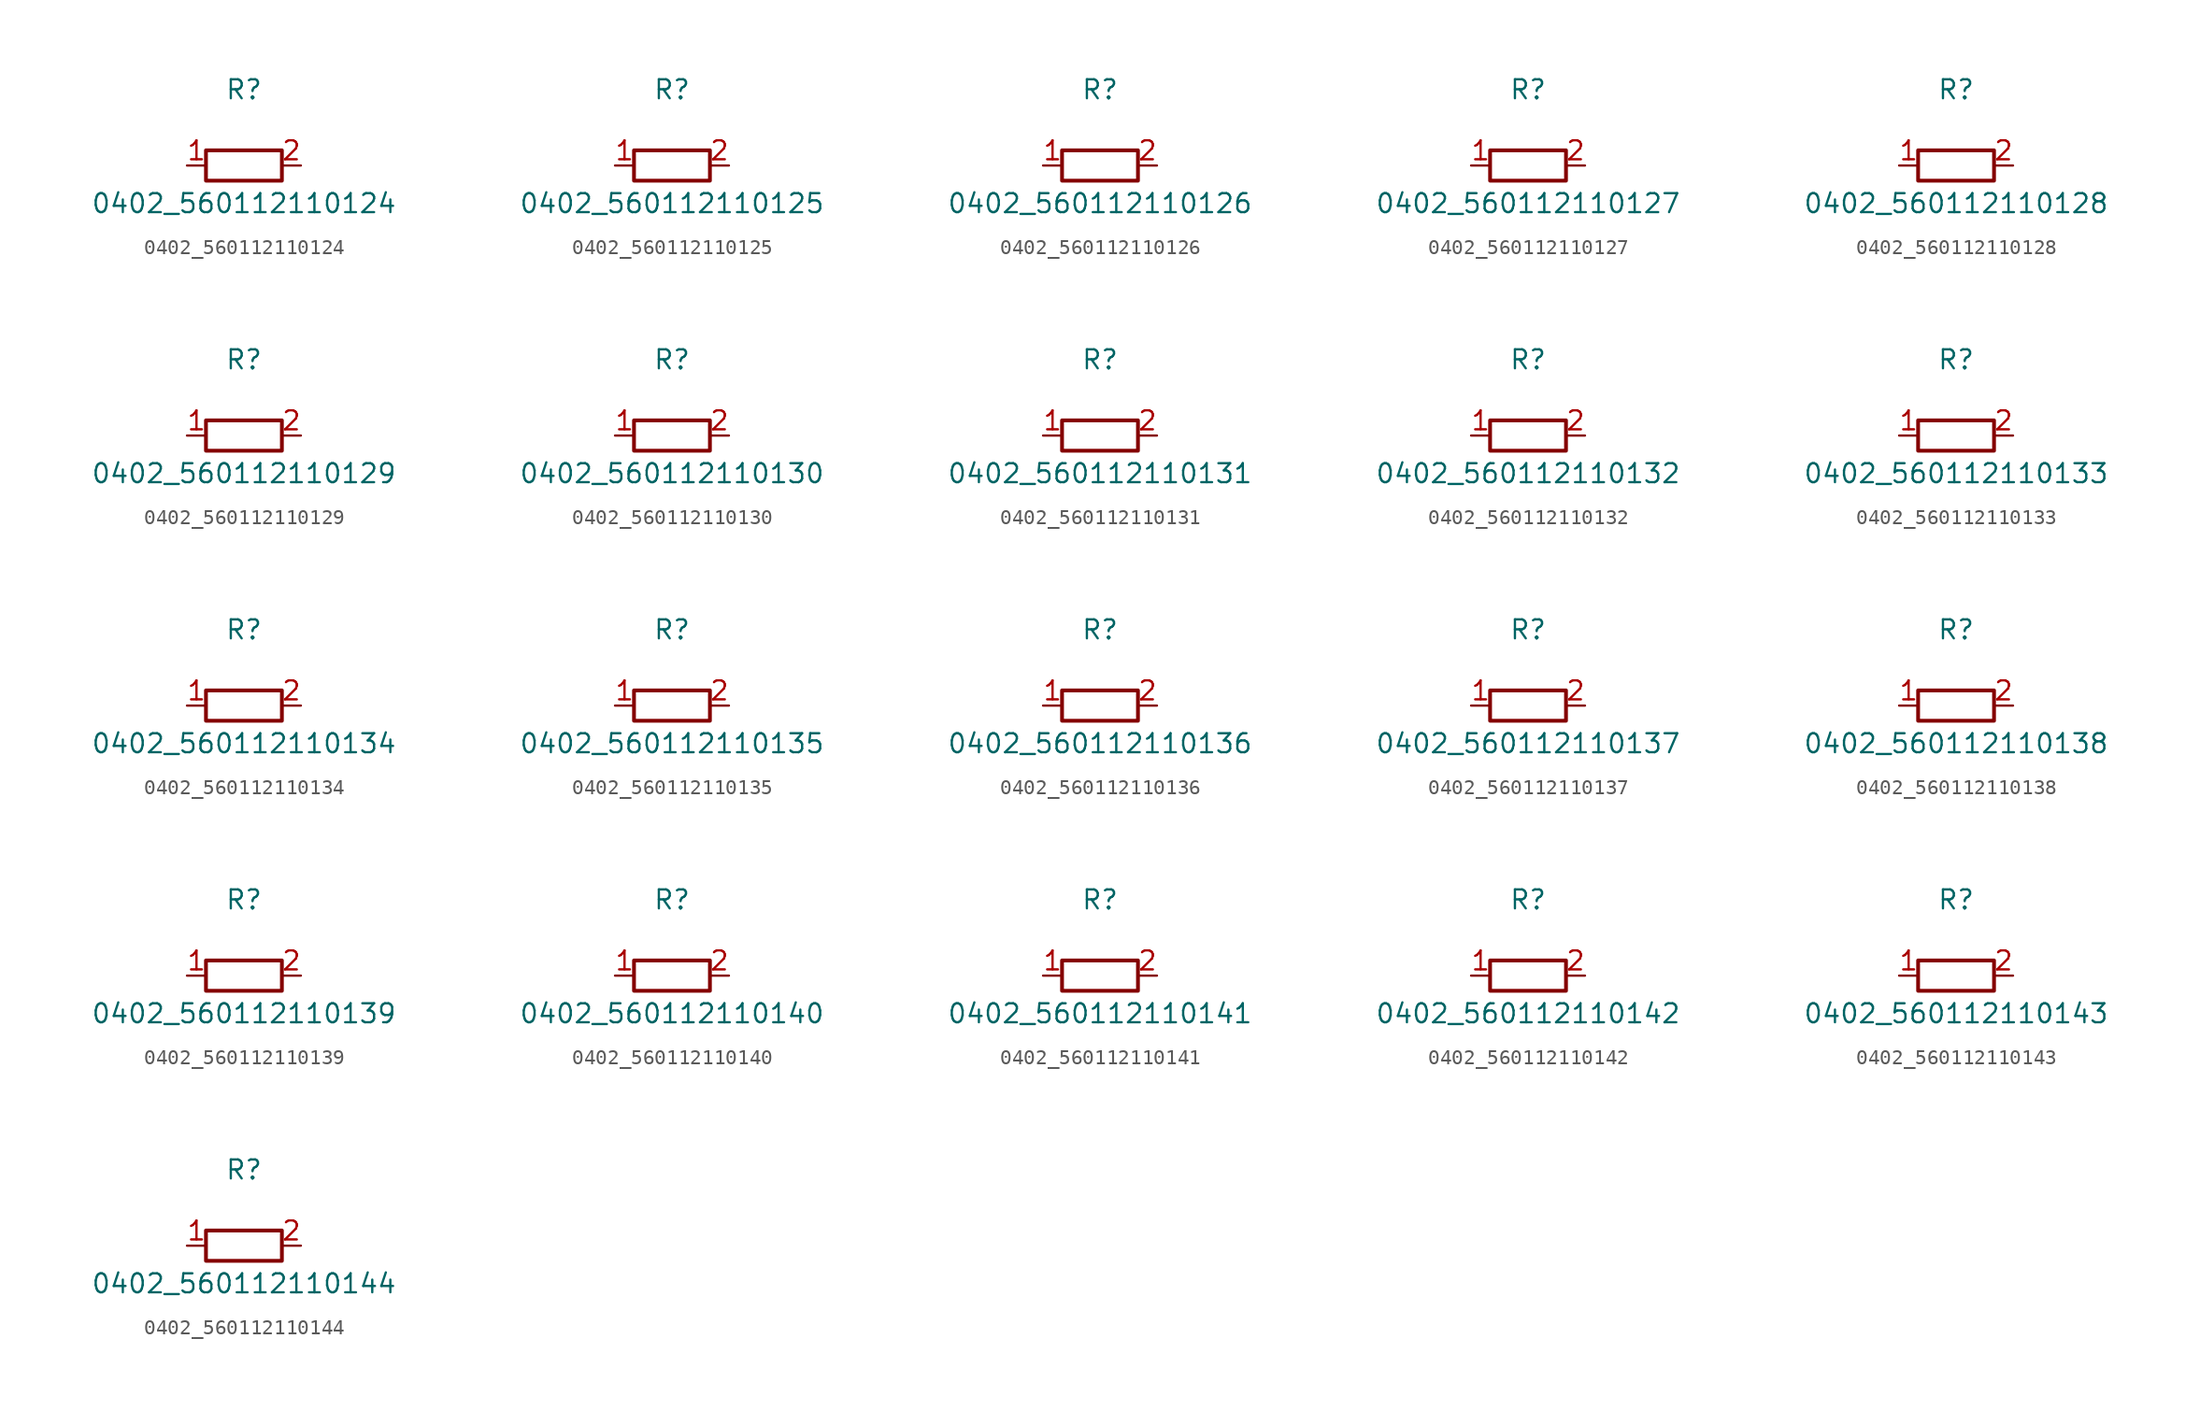
<source format=kicad_sym>
(kicad_symbol_lib
  (version 20220914)
  (generator kicad_symbol_editor)
  (symbol "0402_560112110124"
    (pin_names hide)
    (property "Reference" "R"
      (at 0 5.08 0)
      (effects (font (size 1.27 1.27))))
    (property "Value" "0402_560112110124"
      (at 0 -2.54 0)
      (effects (font (size 1.27 1.27))))
    (symbol "0402_560112110124_0_1"
      (rectangle (start -2.54 -1.016) (end 2.54 1.016) (stroke (width 0.254) (type default)) (fill (type none))))
    (symbol "0402_560112110124_1_1"
      (pin passive line (at -3.81 0 0) (length 1.27) (name "~" (effects (font (size 1.27 1.27)))) (number "1" (effects (font (size 1.27 1.27)))))
      (pin passive line (at 3.81 0 180) (length 1.27) (name "~" (effects (font (size 1.27 1.27)))) (number "2" (effects (font (size 1.27 1.27)))))))
  (symbol "0402_560112110125"
    (pin_names hide)
    (property "Reference" "R"
      (at 0 5.08 0)
      (effects (font (size 1.27 1.27))))
    (property "Value" "0402_560112110125"
      (at 0 -2.54 0)
      (effects (font (size 1.27 1.27))))
    (symbol "0402_560112110125_0_1"
      (rectangle (start -2.54 -1.016) (end 2.54 1.016) (stroke (width 0.254) (type default)) (fill (type none))))
    (symbol "0402_560112110125_1_1"
      (pin passive line (at -3.81 0 0) (length 1.27) (name "~" (effects (font (size 1.27 1.27)))) (number "1" (effects (font (size 1.27 1.27)))))
      (pin passive line (at 3.81 0 180) (length 1.27) (name "~" (effects (font (size 1.27 1.27)))) (number "2" (effects (font (size 1.27 1.27)))))))
  (symbol "0402_560112110126"
    (pin_names hide)
    (property "Reference" "R"
      (at 0 5.08 0)
      (effects (font (size 1.27 1.27))))
    (property "Value" "0402_560112110126"
      (at 0 -2.54 0)
      (effects (font (size 1.27 1.27))))
    (symbol "0402_560112110126_0_1"
      (rectangle (start -2.54 -1.016) (end 2.54 1.016) (stroke (width 0.254) (type default)) (fill (type none))))
    (symbol "0402_560112110126_1_1"
      (pin passive line (at -3.81 0 0) (length 1.27) (name "~" (effects (font (size 1.27 1.27)))) (number "1" (effects (font (size 1.27 1.27)))))
      (pin passive line (at 3.81 0 180) (length 1.27) (name "~" (effects (font (size 1.27 1.27)))) (number "2" (effects (font (size 1.27 1.27)))))))
  (symbol "0402_560112110127"
    (pin_names hide)
    (property "Reference" "R"
      (at 0 5.08 0)
      (effects (font (size 1.27 1.27))))
    (property "Value" "0402_560112110127"
      (at 0 -2.54 0)
      (effects (font (size 1.27 1.27))))
    (symbol "0402_560112110127_0_1"
      (rectangle (start -2.54 -1.016) (end 2.54 1.016) (stroke (width 0.254) (type default)) (fill (type none))))
    (symbol "0402_560112110127_1_1"
      (pin passive line (at -3.81 0 0) (length 1.27) (name "~" (effects (font (size 1.27 1.27)))) (number "1" (effects (font (size 1.27 1.27)))))
      (pin passive line (at 3.81 0 180) (length 1.27) (name "~" (effects (font (size 1.27 1.27)))) (number "2" (effects (font (size 1.27 1.27)))))))
  (symbol "0402_560112110128"
    (pin_names hide)
    (property "Reference" "R"
      (at 0 5.08 0)
      (effects (font (size 1.27 1.27))))
    (property "Value" "0402_560112110128"
      (at 0 -2.54 0)
      (effects (font (size 1.27 1.27))))
    (symbol "0402_560112110128_0_1"
      (rectangle (start -2.54 -1.016) (end 2.54 1.016) (stroke (width 0.254) (type default)) (fill (type none))))
    (symbol "0402_560112110128_1_1"
      (pin passive line (at -3.81 0 0) (length 1.27) (name "~" (effects (font (size 1.27 1.27)))) (number "1" (effects (font (size 1.27 1.27)))))
      (pin passive line (at 3.81 0 180) (length 1.27) (name "~" (effects (font (size 1.27 1.27)))) (number "2" (effects (font (size 1.27 1.27)))))))
  (symbol "0402_560112110129"
    (pin_names hide)
    (property "Reference" "R"
      (at 0 5.08 0)
      (effects (font (size 1.27 1.27))))
    (property "Value" "0402_560112110129"
      (at 0 -2.54 0)
      (effects (font (size 1.27 1.27))))
    (symbol "0402_560112110129_0_1"
      (rectangle (start -2.54 -1.016) (end 2.54 1.016) (stroke (width 0.254) (type default)) (fill (type none))))
    (symbol "0402_560112110129_1_1"
      (pin passive line (at -3.81 0 0) (length 1.27) (name "~" (effects (font (size 1.27 1.27)))) (number "1" (effects (font (size 1.27 1.27)))))
      (pin passive line (at 3.81 0 180) (length 1.27) (name "~" (effects (font (size 1.27 1.27)))) (number "2" (effects (font (size 1.27 1.27)))))))
  (symbol "0402_560112110130"
    (pin_names hide)
    (property "Reference" "R"
      (at 0 5.08 0)
      (effects (font (size 1.27 1.27))))
    (property "Value" "0402_560112110130"
      (at 0 -2.54 0)
      (effects (font (size 1.27 1.27))))
    (symbol "0402_560112110130_0_1"
      (rectangle (start -2.54 -1.016) (end 2.54 1.016) (stroke (width 0.254) (type default)) (fill (type none))))
    (symbol "0402_560112110130_1_1"
      (pin passive line (at -3.81 0 0) (length 1.27) (name "~" (effects (font (size 1.27 1.27)))) (number "1" (effects (font (size 1.27 1.27)))))
      (pin passive line (at 3.81 0 180) (length 1.27) (name "~" (effects (font (size 1.27 1.27)))) (number "2" (effects (font (size 1.27 1.27)))))))
  (symbol "0402_560112110131"
    (pin_names hide)
    (property "Reference" "R"
      (at 0 5.08 0)
      (effects (font (size 1.27 1.27))))
    (property "Value" "0402_560112110131"
      (at 0 -2.54 0)
      (effects (font (size 1.27 1.27))))
    (symbol "0402_560112110131_0_1"
      (rectangle (start -2.54 -1.016) (end 2.54 1.016) (stroke (width 0.254) (type default)) (fill (type none))))
    (symbol "0402_560112110131_1_1"
      (pin passive line (at -3.81 0 0) (length 1.27) (name "~" (effects (font (size 1.27 1.27)))) (number "1" (effects (font (size 1.27 1.27)))))
      (pin passive line (at 3.81 0 180) (length 1.27) (name "~" (effects (font (size 1.27 1.27)))) (number "2" (effects (font (size 1.27 1.27)))))))
  (symbol "0402_560112110132"
    (pin_names hide)
    (property "Reference" "R"
      (at 0 5.08 0)
      (effects (font (size 1.27 1.27))))
    (property "Value" "0402_560112110132"
      (at 0 -2.54 0)
      (effects (font (size 1.27 1.27))))
    (symbol "0402_560112110132_0_1"
      (rectangle (start -2.54 -1.016) (end 2.54 1.016) (stroke (width 0.254) (type default)) (fill (type none))))
    (symbol "0402_560112110132_1_1"
      (pin passive line (at -3.81 0 0) (length 1.27) (name "~" (effects (font (size 1.27 1.27)))) (number "1" (effects (font (size 1.27 1.27)))))
      (pin passive line (at 3.81 0 180) (length 1.27) (name "~" (effects (font (size 1.27 1.27)))) (number "2" (effects (font (size 1.27 1.27)))))))
  (symbol "0402_560112110133"
    (pin_names hide)
    (property "Reference" "R"
      (at 0 5.08 0)
      (effects (font (size 1.27 1.27))))
    (property "Value" "0402_560112110133"
      (at 0 -2.54 0)
      (effects (font (size 1.27 1.27))))
    (symbol "0402_560112110133_0_1"
      (rectangle (start -2.54 -1.016) (end 2.54 1.016) (stroke (width 0.254) (type default)) (fill (type none))))
    (symbol "0402_560112110133_1_1"
      (pin passive line (at -3.81 0 0) (length 1.27) (name "~" (effects (font (size 1.27 1.27)))) (number "1" (effects (font (size 1.27 1.27)))))
      (pin passive line (at 3.81 0 180) (length 1.27) (name "~" (effects (font (size 1.27 1.27)))) (number "2" (effects (font (size 1.27 1.27)))))))
  (symbol "0402_560112110134"
    (pin_names hide)
    (property "Reference" "R"
      (at 0 5.08 0)
      (effects (font (size 1.27 1.27))))
    (property "Value" "0402_560112110134"
      (at 0 -2.54 0)
      (effects (font (size 1.27 1.27))))
    (symbol "0402_560112110134_0_1"
      (rectangle (start -2.54 -1.016) (end 2.54 1.016) (stroke (width 0.254) (type default)) (fill (type none))))
    (symbol "0402_560112110134_1_1"
      (pin passive line (at -3.81 0 0) (length 1.27) (name "~" (effects (font (size 1.27 1.27)))) (number "1" (effects (font (size 1.27 1.27)))))
      (pin passive line (at 3.81 0 180) (length 1.27) (name "~" (effects (font (size 1.27 1.27)))) (number "2" (effects (font (size 1.27 1.27)))))))
  (symbol "0402_560112110135"
    (pin_names hide)
    (property "Reference" "R"
      (at 0 5.08 0)
      (effects (font (size 1.27 1.27))))
    (property "Value" "0402_560112110135"
      (at 0 -2.54 0)
      (effects (font (size 1.27 1.27))))
    (symbol "0402_560112110135_0_1"
      (rectangle (start -2.54 -1.016) (end 2.54 1.016) (stroke (width 0.254) (type default)) (fill (type none))))
    (symbol "0402_560112110135_1_1"
      (pin passive line (at -3.81 0 0) (length 1.27) (name "~" (effects (font (size 1.27 1.27)))) (number "1" (effects (font (size 1.27 1.27)))))
      (pin passive line (at 3.81 0 180) (length 1.27) (name "~" (effects (font (size 1.27 1.27)))) (number "2" (effects (font (size 1.27 1.27)))))))
  (symbol "0402_560112110136"
    (pin_names hide)
    (property "Reference" "R"
      (at 0 5.08 0)
      (effects (font (size 1.27 1.27))))
    (property "Value" "0402_560112110136"
      (at 0 -2.54 0)
      (effects (font (size 1.27 1.27))))
    (symbol "0402_560112110136_0_1"
      (rectangle (start -2.54 -1.016) (end 2.54 1.016) (stroke (width 0.254) (type default)) (fill (type none))))
    (symbol "0402_560112110136_1_1"
      (pin passive line (at -3.81 0 0) (length 1.27) (name "~" (effects (font (size 1.27 1.27)))) (number "1" (effects (font (size 1.27 1.27)))))
      (pin passive line (at 3.81 0 180) (length 1.27) (name "~" (effects (font (size 1.27 1.27)))) (number "2" (effects (font (size 1.27 1.27)))))))
  (symbol "0402_560112110137"
    (pin_names hide)
    (property "Reference" "R"
      (at 0 5.08 0)
      (effects (font (size 1.27 1.27))))
    (property "Value" "0402_560112110137"
      (at 0 -2.54 0)
      (effects (font (size 1.27 1.27))))
    (symbol "0402_560112110137_0_1"
      (rectangle (start -2.54 -1.016) (end 2.54 1.016) (stroke (width 0.254) (type default)) (fill (type none))))
    (symbol "0402_560112110137_1_1"
      (pin passive line (at -3.81 0 0) (length 1.27) (name "~" (effects (font (size 1.27 1.27)))) (number "1" (effects (font (size 1.27 1.27)))))
      (pin passive line (at 3.81 0 180) (length 1.27) (name "~" (effects (font (size 1.27 1.27)))) (number "2" (effects (font (size 1.27 1.27)))))))
  (symbol "0402_560112110138"
    (pin_names hide)
    (property "Reference" "R"
      (at 0 5.08 0)
      (effects (font (size 1.27 1.27))))
    (property "Value" "0402_560112110138"
      (at 0 -2.54 0)
      (effects (font (size 1.27 1.27))))
    (symbol "0402_560112110138_0_1"
      (rectangle (start -2.54 -1.016) (end 2.54 1.016) (stroke (width 0.254) (type default)) (fill (type none))))
    (symbol "0402_560112110138_1_1"
      (pin passive line (at -3.81 0 0) (length 1.27) (name "~" (effects (font (size 1.27 1.27)))) (number "1" (effects (font (size 1.27 1.27)))))
      (pin passive line (at 3.81 0 180) (length 1.27) (name "~" (effects (font (size 1.27 1.27)))) (number "2" (effects (font (size 1.27 1.27)))))))
  (symbol "0402_560112110139"
    (pin_names hide)
    (property "Reference" "R"
      (at 0 5.08 0)
      (effects (font (size 1.27 1.27))))
    (property "Value" "0402_560112110139"
      (at 0 -2.54 0)
      (effects (font (size 1.27 1.27))))
    (symbol "0402_560112110139_0_1"
      (rectangle (start -2.54 -1.016) (end 2.54 1.016) (stroke (width 0.254) (type default)) (fill (type none))))
    (symbol "0402_560112110139_1_1"
      (pin passive line (at -3.81 0 0) (length 1.27) (name "~" (effects (font (size 1.27 1.27)))) (number "1" (effects (font (size 1.27 1.27)))))
      (pin passive line (at 3.81 0 180) (length 1.27) (name "~" (effects (font (size 1.27 1.27)))) (number "2" (effects (font (size 1.27 1.27)))))))
  (symbol "0402_560112110140"
    (pin_names hide)
    (property "Reference" "R"
      (at 0 5.08 0)
      (effects (font (size 1.27 1.27))))
    (property "Value" "0402_560112110140"
      (at 0 -2.54 0)
      (effects (font (size 1.27 1.27))))
    (symbol "0402_560112110140_0_1"
      (rectangle (start -2.54 -1.016) (end 2.54 1.016) (stroke (width 0.254) (type default)) (fill (type none))))
    (symbol "0402_560112110140_1_1"
      (pin passive line (at -3.81 0 0) (length 1.27) (name "~" (effects (font (size 1.27 1.27)))) (number "1" (effects (font (size 1.27 1.27)))))
      (pin passive line (at 3.81 0 180) (length 1.27) (name "~" (effects (font (size 1.27 1.27)))) (number "2" (effects (font (size 1.27 1.27)))))))
  (symbol "0402_560112110141"
    (pin_names hide)
    (property "Reference" "R"
      (at 0 5.08 0)
      (effects (font (size 1.27 1.27))))
    (property "Value" "0402_560112110141"
      (at 0 -2.54 0)
      (effects (font (size 1.27 1.27))))
    (symbol "0402_560112110141_0_1"
      (rectangle (start -2.54 -1.016) (end 2.54 1.016) (stroke (width 0.254) (type default)) (fill (type none))))
    (symbol "0402_560112110141_1_1"
      (pin passive line (at -3.81 0 0) (length 1.27) (name "~" (effects (font (size 1.27 1.27)))) (number "1" (effects (font (size 1.27 1.27)))))
      (pin passive line (at 3.81 0 180) (length 1.27) (name "~" (effects (font (size 1.27 1.27)))) (number "2" (effects (font (size 1.27 1.27)))))))
  (symbol "0402_560112110142"
    (pin_names hide)
    (property "Reference" "R"
      (at 0 5.08 0)
      (effects (font (size 1.27 1.27))))
    (property "Value" "0402_560112110142"
      (at 0 -2.54 0)
      (effects (font (size 1.27 1.27))))
    (symbol "0402_560112110142_0_1"
      (rectangle (start -2.54 -1.016) (end 2.54 1.016) (stroke (width 0.254) (type default)) (fill (type none))))
    (symbol "0402_560112110142_1_1"
      (pin passive line (at -3.81 0 0) (length 1.27) (name "~" (effects (font (size 1.27 1.27)))) (number "1" (effects (font (size 1.27 1.27)))))
      (pin passive line (at 3.81 0 180) (length 1.27) (name "~" (effects (font (size 1.27 1.27)))) (number "2" (effects (font (size 1.27 1.27)))))))
  (symbol "0402_560112110143"
    (pin_names hide)
    (property "Reference" "R"
      (at 0 5.08 0)
      (effects (font (size 1.27 1.27))))
    (property "Value" "0402_560112110143"
      (at 0 -2.54 0)
      (effects (font (size 1.27 1.27))))
    (symbol "0402_560112110143_0_1"
      (rectangle (start -2.54 -1.016) (end 2.54 1.016) (stroke (width 0.254) (type default)) (fill (type none))))
    (symbol "0402_560112110143_1_1"
      (pin passive line (at -3.81 0 0) (length 1.27) (name "~" (effects (font (size 1.27 1.27)))) (number "1" (effects (font (size 1.27 1.27)))))
      (pin passive line (at 3.81 0 180) (length 1.27) (name "~" (effects (font (size 1.27 1.27)))) (number "2" (effects (font (size 1.27 1.27)))))))
  (symbol "0402_560112110144"
    (pin_names hide)
    (property "Reference" "R"
      (at 0 5.08 0)
      (effects (font (size 1.27 1.27))))
    (property "Value" "0402_560112110144"
      (at 0 -2.54 0)
      (effects (font (size 1.27 1.27))))
    (symbol "0402_560112110144_0_1"
      (rectangle (start -2.54 -1.016) (end 2.54 1.016) (stroke (width 0.254) (type default)) (fill (type none))))
    (symbol "0402_560112110144_1_1"
      (pin passive line (at -3.81 0 0) (length 1.27) (name "~" (effects (font (size 1.27 1.27)))) (number "1" (effects (font (size 1.27 1.27)))))
      (pin passive line (at 3.81 0 180) (length 1.27) (name "~" (effects (font (size 1.27 1.27)))) (number "2" (effects (font (size 1.27 1.27))))))))
</source>
